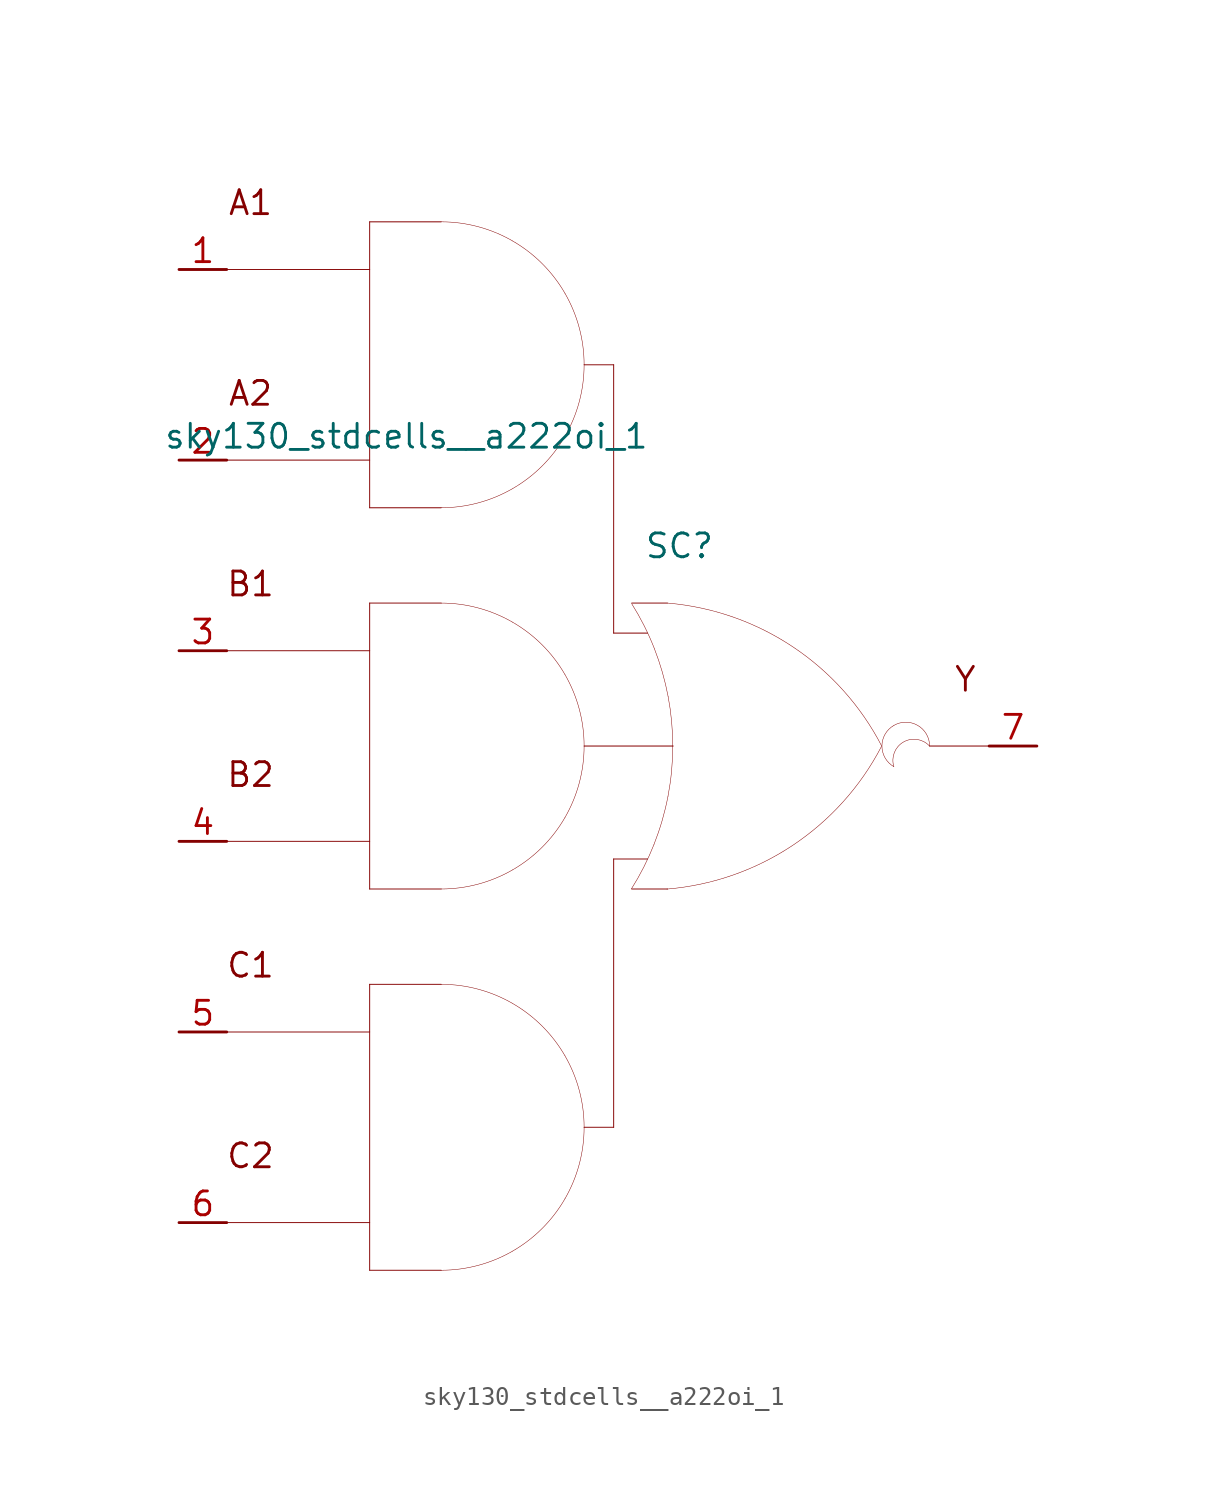
<source format=kicad_sym>
(kicad_symbol_lib
  (version 20211014)
  (generator kicad_symbol_editor)
  (symbol "sky130_stdcells__a222oi_1"
    (pin_names hide)
    (property "Reference" "SC"
      (at 3.81 10.668 0)
      (effects (font (size 1.27 1.27))))
    (property "Value" "sky130_stdcells__a222oi_1"
      (at 2.21 16.51 0)
      (effects (font (size 1.27 1.27)) (justify right)))
    (symbol "sky130_stdcells__a222oi_1_0_0"
      (arc (start -8.89 -27.94) (mid -6.9178 -27.6804) (end -5.08 -26.9191) (stroke (width 0.0254) (type default) (color 0 0 0 0)) (fill (type none)))
      (arc (start -8.89 -7.62) (mid -6.9178 -7.3604) (end -5.08 -6.5991) (stroke (width 0.0254) (type default) (color 0 0 0 0)) (fill (type none)))
      (arc (start -8.89 12.7) (mid -6.9178 12.9596) (end -5.08 13.7209) (stroke (width 0.0254) (type default) (color 0 0 0 0)) (fill (type none)))
      (arc (start -5.08 -26.9191) (mid -3.5019 -25.7081) (end -2.2909 -24.13) (stroke (width 0.0254) (type default) (color 0 0 0 0)) (fill (type none)))
      (arc (start -5.08 -13.7209) (mid -6.9178 -12.9597) (end -8.89 -12.7) (stroke (width 0.0254) (type default) (color 0 0 0 0)) (fill (type none)))
      (arc (start -5.08 -6.5991) (mid -3.5019 -5.3881) (end -2.2909 -3.81) (stroke (width 0.0254) (type default) (color 0 0 0 0)) (fill (type none)))
      (arc (start -5.08 6.5991) (mid -6.9178 7.3603) (end -8.89 7.62) (stroke (width 0.0254) (type default) (color 0 0 0 0)) (fill (type none)))
      (arc (start -5.08 13.7209) (mid -3.5019 14.9319) (end -2.2909 16.51) (stroke (width 0.0254) (type default) (color 0 0 0 0)) (fill (type none)))
      (arc (start -5.08 26.9191) (mid -6.9178 27.6803) (end -8.89 27.94) (stroke (width 0.0254) (type default) (color 0 0 0 0)) (fill (type none)))
      (arc (start -2.2909 -24.13) (mid -1.5297 -22.2922) (end -1.27 -20.32) (stroke (width 0.0254) (type default) (color 0 0 0 0)) (fill (type none)))
      (arc (start -2.2909 -16.51) (mid -3.5019 -14.9319) (end -5.08 -13.7209) (stroke (width 0.0254) (type default) (color 0 0 0 0)) (fill (type none)))
      (arc (start -2.2909 -3.81) (mid -1.5297 -1.9722) (end -1.27 0) (stroke (width 0.0254) (type default) (color 0 0 0 0)) (fill (type none)))
      (arc (start -2.2909 3.81) (mid -3.5019 5.3881) (end -5.08 6.5991) (stroke (width 0.0254) (type default) (color 0 0 0 0)) (fill (type none)))
      (arc (start -2.2909 16.51) (mid -1.5297 18.3478) (end -1.27 20.32) (stroke (width 0.0254) (type default) (color 0 0 0 0)) (fill (type none)))
      (arc (start -2.2909 24.13) (mid -3.5019 25.7081) (end -5.08 26.9191) (stroke (width 0.0254) (type default) (color 0 0 0 0)) (fill (type none)))
      (arc (start -1.27 -20.32) (mid -1.5296 -18.3478) (end -2.2909 -16.51) (stroke (width 0.0254) (type default) (color 0 0 0 0)) (fill (type none)))
      (arc (start -1.27 0) (mid -1.5296 1.9722) (end -2.2909 3.81) (stroke (width 0.0254) (type default) (color 0 0 0 0)) (fill (type none)))
      (arc (start -1.27 20.32) (mid -1.5296 22.2922) (end -2.2909 24.13) (stroke (width 0.0254) (type default) (color 0 0 0 0)) (fill (type none)))
      (polyline (pts (xy -20.32 -25.4) (xy -12.7 -25.4)) (stroke (width 0.051) (type default) (color 0 0 0 0)) (fill (type none)))
      (polyline (pts (xy -20.32 -15.24) (xy -12.7 -15.24)) (stroke (width 0.051) (type default) (color 0 0 0 0)) (fill (type none)))
      (polyline (pts (xy -20.32 -5.08) (xy -12.7 -5.08)) (stroke (width 0.051) (type default) (color 0 0 0 0)) (fill (type none)))
      (polyline (pts (xy -20.32 5.08) (xy -12.7 5.08)) (stroke (width 0.051) (type default) (color 0 0 0 0)) (fill (type none)))
      (polyline (pts (xy -20.32 15.24) (xy -12.7 15.24)) (stroke (width 0.051) (type default) (color 0 0 0 0)) (fill (type none)))
      (polyline (pts (xy -20.32 25.4) (xy -12.7 25.4)) (stroke (width 0.051) (type default) (color 0 0 0 0)) (fill (type none)))
      (polyline (pts (xy -12.7 -27.94) (xy -8.89 -27.94)) (stroke (width 0.051) (type default) (color 0 0 0 0)) (fill (type none)))
      (polyline (pts (xy -12.7 -12.7) (xy -12.7 -27.94)) (stroke (width 0.051) (type default) (color 0 0 0 0)) (fill (type none)))
      (polyline (pts (xy -12.7 -12.7) (xy -8.89 -12.7)) (stroke (width 0.051) (type default) (color 0 0 0 0)) (fill (type none)))
      (polyline (pts (xy -12.7 -7.62) (xy -8.89 -7.62)) (stroke (width 0.051) (type default) (color 0 0 0 0)) (fill (type none)))
      (polyline (pts (xy -12.7 7.62) (xy -12.7 -7.62)) (stroke (width 0.051) (type default) (color 0 0 0 0)) (fill (type none)))
      (polyline (pts (xy -12.7 7.62) (xy -8.89 7.62)) (stroke (width 0.051) (type default) (color 0 0 0 0)) (fill (type none)))
      (polyline (pts (xy -12.7 12.7) (xy -8.89 12.7)) (stroke (width 0.051) (type default) (color 0 0 0 0)) (fill (type none)))
      (polyline (pts (xy -12.7 27.94) (xy -12.7 12.7)) (stroke (width 0.051) (type default) (color 0 0 0 0)) (fill (type none)))
      (polyline (pts (xy -12.7 27.94) (xy -8.89 27.94)) (stroke (width 0.051) (type default) (color 0 0 0 0)) (fill (type none)))
      (polyline (pts (xy -1.27 -20.32) (xy 0.305 -20.32)) (stroke (width 0.051) (type default) (color 0 0 0 0)) (fill (type none)))
      (polyline (pts (xy -1.27 0) (xy 3.48 0)) (stroke (width 0.051) (type default) (color 0 0 0 0)) (fill (type none)))
      (polyline (pts (xy -1.27 20.32) (xy 0.305 20.32)) (stroke (width 0.051) (type default) (color 0 0 0 0)) (fill (type none)))
      (polyline (pts (xy 0.305 -6.02) (xy 0.305 -20.32)) (stroke (width 0.051) (type default) (color 0 0 0 0)) (fill (type none)))
      (polyline (pts (xy 0.305 -6.02) (xy 2.108 -6.02)) (stroke (width 0.051) (type default) (color 0 0 0 0)) (fill (type none)))
      (polyline (pts (xy 0.305 6.02) (xy 2.108 6.02)) (stroke (width 0.051) (type default) (color 0 0 0 0)) (fill (type none)))
      (polyline (pts (xy 0.305 20.32) (xy 0.305 6.02)) (stroke (width 0.051) (type default) (color 0 0 0 0)) (fill (type none)))
      (polyline (pts (xy 1.27 -7.62) (xy 3.175 -7.62)) (stroke (width 0.051) (type default) (color 0 0 0 0)) (fill (type none)))
      (polyline (pts (xy 1.27 7.62) (xy 3.175 7.62)) (stroke (width 0.051) (type default) (color 0 0 0 0)) (fill (type none)))
      (polyline (pts (xy 17.145 0) (xy 20.32 0)) (stroke (width 0.051) (type default) (color 0 0 0 0)) (fill (type none)))
      (arc (start 1.2495 -7.6142) (mid 1.907 -6.458) (end 2.4538 -5.2456) (stroke (width 0.0254) (type default) (color 0 0 0 0)) (fill (type none)))
      (arc (start 2.4538 -5.2456) (mid 2.8887 -3.9755) (end 3.202 -2.6701) (stroke (width 0.0254) (type default) (color 0 0 0 0)) (fill (type none)))
      (arc (start 2.472 5.1993) (mid 1.9238 6.4248) (end 1.2627 7.5932) (stroke (width 0.0254) (type default) (color 0 0 0 0)) (fill (type none)))
      (arc (start 3.1446 -7.6231) (mid 9.8386 -5.2986) (end 14.5755 -0.0284) (stroke (width 0.0254) (type default) (color 0 0 0 0)) (fill (type none)))
      (arc (start 3.202 -2.6701) (mid 3.3912 -1.341) (end 3.4544 0) (stroke (width 0.0254) (type default) (color 0 0 0 0)) (fill (type none)))
      (arc (start 3.2066 2.6456) (mid 2.8989 3.9396) (end 2.472 5.1993) (stroke (width 0.0254) (type default) (color 0 0 0 0)) (fill (type none)))
      (arc (start 3.4544 0) (mid 3.3923 1.3286) (end 3.2066 2.6456) (stroke (width 0.0254) (type default) (color 0 0 0 0)) (fill (type none)))
      (arc (start 14.5983 -0.0156) (mid 9.8798 5.271) (end 3.194 7.6189) (stroke (width 0.0254) (type default) (color 0 0 0 0)) (fill (type none)))
      (arc (start 15.24 1.0999) (mid 14.605 0) (end 15.24 -1.0999) (stroke (width 0.0254) (type default) (color 0 0 0 0)) (fill (type none)))
      (arc (start 17.145 0) (mid 15.2881 0.4743) (end 15.24 -1.0999) (stroke (width 0.0254) (type default) (color 0 0 0 0)) (fill (type none)))
      (arc (start 17.145 0) (mid 16.51 1.0998) (end 15.24 1.0999) (stroke (width 0.0254) (type default) (color 0 0 0 0)) (fill (type none)))
      (text "A1" (at -19.05 28.956 0) (effects (font (size 1.27 1.27))))
      (text "A2" (at -19.05 18.796 0) (effects (font (size 1.27 1.27))))
      (text "B1" (at -19.05 8.636 0) (effects (font (size 1.27 1.27))))
      (text "B2" (at -19.05 -1.524 0) (effects (font (size 1.27 1.27))))
      (text "C1" (at -19.05 -11.684 0) (effects (font (size 1.27 1.27))))
      (text "C2" (at -19.05 -21.844 0) (effects (font (size 1.27 1.27))))
      (text "Y" (at 19.05 3.556 0) (effects (font (size 1.27 1.27)))))
    (symbol "sky130_stdcells__a222oi_1_1_1"
      (pin input line (at -22.86 25.4 0) (length 2.54) (name "A1" (effects (font (size 1.092 1.092)))) (number "1" (effects (font (size 1.27 1.27)))))
      (pin input line (at -22.86 15.24 0) (length 2.54) (name "A2" (effects (font (size 1.092 1.092)))) (number "2" (effects (font (size 1.27 1.27)))))
      (pin input line (at -22.86 5.08 0) (length 2.54) (name "B1" (effects (font (size 1.092 1.092)))) (number "3" (effects (font (size 1.27 1.27)))))
      (pin input line (at -22.86 -5.08 0) (length 2.54) (name "B2" (effects (font (size 1.092 1.092)))) (number "4" (effects (font (size 1.27 1.27)))))
      (pin input line (at -22.86 -15.24 0) (length 2.54) (name "C1" (effects (font (size 1.092 1.092)))) (number "5" (effects (font (size 1.27 1.27)))))
      (pin input line (at -22.86 -25.4 0) (length 2.54) (name "C2" (effects (font (size 1.092 1.092)))) (number "6" (effects (font (size 1.27 1.27)))))
      (pin output line (at 22.86 0 180) (length 2.54) (name "Y" (effects (font (size 1.092 1.092)))) (number "7" (effects (font (size 1.27 1.27))))))))
</source>
